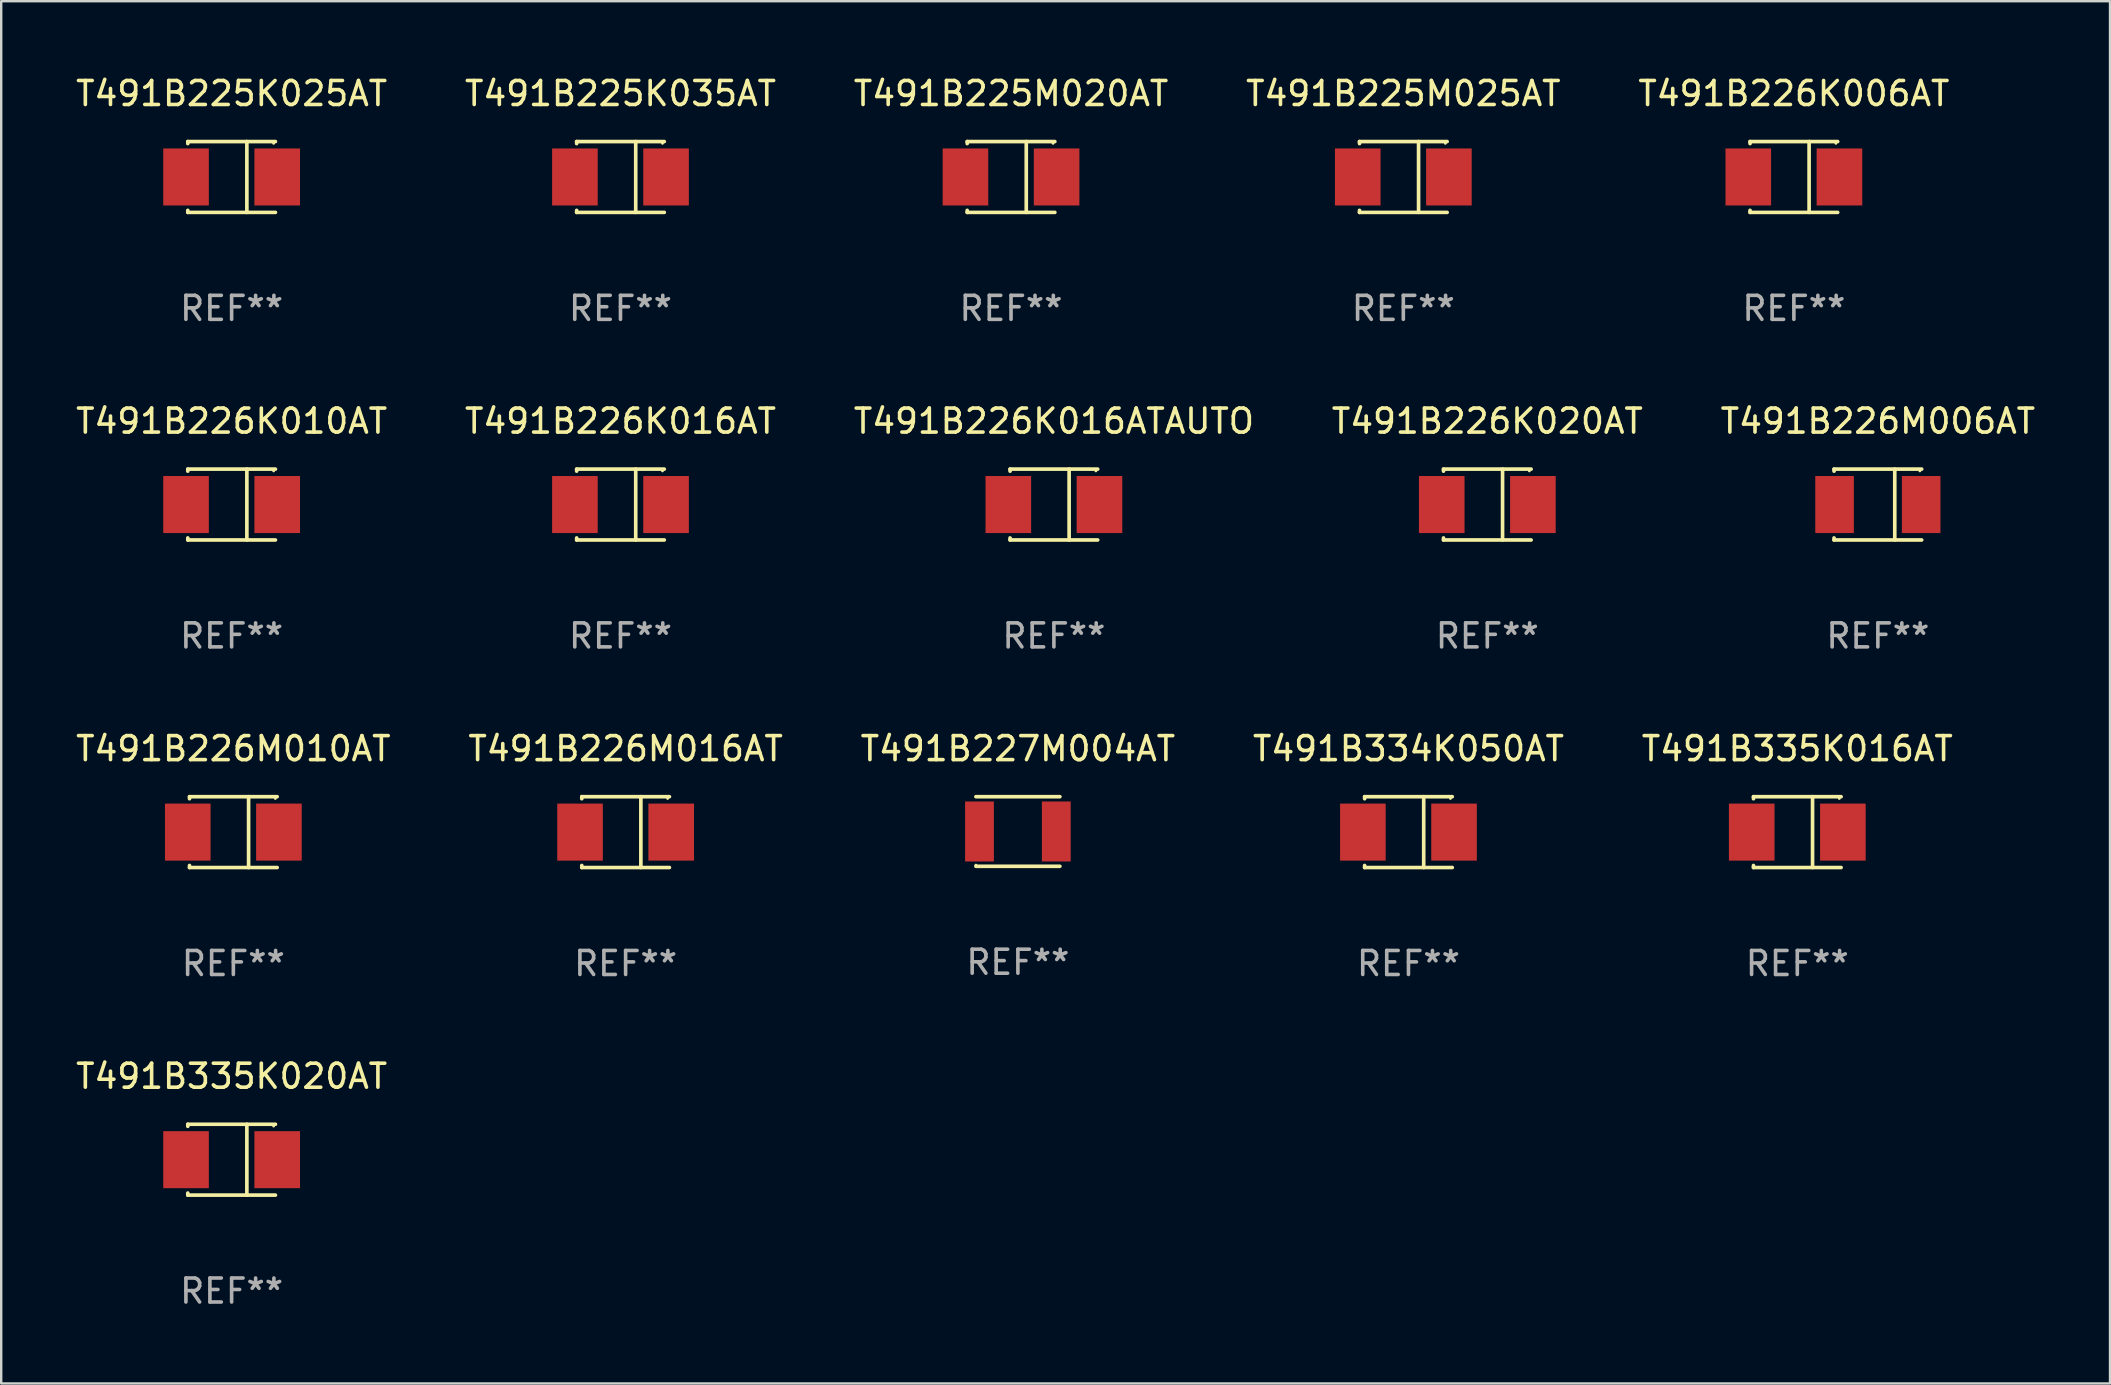
<source format=kicad_pcb>
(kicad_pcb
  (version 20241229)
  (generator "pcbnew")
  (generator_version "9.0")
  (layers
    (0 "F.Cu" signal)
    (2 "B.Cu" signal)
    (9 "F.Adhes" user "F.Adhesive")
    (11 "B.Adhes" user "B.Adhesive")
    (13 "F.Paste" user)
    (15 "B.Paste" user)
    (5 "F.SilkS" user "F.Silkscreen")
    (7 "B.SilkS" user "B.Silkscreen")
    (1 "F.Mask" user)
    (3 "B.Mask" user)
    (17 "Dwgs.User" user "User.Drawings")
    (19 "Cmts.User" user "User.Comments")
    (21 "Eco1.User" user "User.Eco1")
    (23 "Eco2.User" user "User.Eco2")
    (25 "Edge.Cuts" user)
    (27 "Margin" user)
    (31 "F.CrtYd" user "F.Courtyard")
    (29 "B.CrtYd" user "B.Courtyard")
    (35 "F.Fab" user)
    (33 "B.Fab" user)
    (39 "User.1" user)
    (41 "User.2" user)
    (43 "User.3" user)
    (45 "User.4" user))
  (footprint "T491B226K006AT"
    (layer "F.Cu")
    (at 71.696 4.324)
    (property "Reference" "T491B226K006AT" (at 0 -3.476 0) (layer "F.SilkS") (effects (font (size 1 1) (thickness 0.15))))
    (attr through_hole)
    (fp_line (start -1.826 -1.476) (end -1.826 -1.391) (stroke (width 0.152) (type solid)) (layer "F.SilkS"))
    (fp_line (start -1.826 -1.476) (end 1.826 -1.476) (stroke (width 0.152) (type solid)) (layer "F.SilkS"))
    (fp_line (start -1.826 1.476) (end -1.826 1.391) (stroke (width 0.152) (type solid)) (layer "F.SilkS"))
    (fp_line (start -1.826 1.476) (end 1.826 1.476) (stroke (width 0.152) (type solid)) (layer "F.SilkS"))
    (fp_line (start 0.635 -1.476) (end 0.635 1.476) (stroke (width 0.152) (type solid)) (layer "F.SilkS"))
    (fp_circle (center 1.75 -1.4) (end 1.78 -1.4) (stroke (width 0.06) (type solid)) (fill no) (layer "F.SilkS"))
    (fp_text user "REF**" (at 0 5.476 0) (layer "F.Fab") (effects (font (size 1 1) (thickness 0.15))))
    (pad "1" smd rect (at 1.899 0) (size 1.9 2.376) (layers "F.Cu" "F.Mask" "F.Paste"))
    (pad "2" smd rect (at -1.899 0) (size 1.9 2.376) (layers "F.Cu" "F.Mask" "F.Paste")))
  (footprint "T491B226M010AT"
    (layer "F.Cu")
    (at 6.673 31.622)
    (property "Reference" "T491B226M010AT" (at 0 -3.476 0) (layer "F.SilkS") (effects (font (size 1 1) (thickness 0.15))))
    (attr through_hole)
    (fp_line (start -1.826 -1.476) (end -1.826 -1.391) (stroke (width 0.152) (type solid)) (layer "F.SilkS"))
    (fp_line (start -1.826 -1.476) (end 1.826 -1.476) (stroke (width 0.152) (type solid)) (layer "F.SilkS"))
    (fp_line (start -1.826 1.476) (end -1.826 1.391) (stroke (width 0.152) (type solid)) (layer "F.SilkS"))
    (fp_line (start -1.826 1.476) (end 1.826 1.476) (stroke (width 0.152) (type solid)) (layer "F.SilkS"))
    (fp_line (start 0.635 -1.476) (end 0.635 1.476) (stroke (width 0.152) (type solid)) (layer "F.SilkS"))
    (fp_circle (center 1.75 -1.4) (end 1.78 -1.4) (stroke (width 0.06) (type solid)) (fill no) (layer "F.SilkS"))
    (fp_text user "REF**" (at 0 5.476 0) (layer "F.Fab") (effects (font (size 1 1) (thickness 0.15))))
    (pad "1" smd rect (at 1.899 0) (size 1.9 2.376) (layers "F.Cu" "F.Mask" "F.Paste"))
    (pad "2" smd rect (at -1.899 0) (size 1.9 2.376) (layers "F.Cu" "F.Mask" "F.Paste")))
  (footprint "T491B225M020AT"
    (layer "F.Cu")
    (at 39.077 4.324)
    (property "Reference" "T491B225M020AT" (at 0 -3.476 0) (layer "F.SilkS") (effects (font (size 1 1) (thickness 0.15))))
    (attr through_hole)
    (fp_line (start -1.826 -1.476) (end -1.826 -1.391) (stroke (width 0.152) (type solid)) (layer "F.SilkS"))
    (fp_line (start -1.826 -1.476) (end 1.826 -1.476) (stroke (width 0.152) (type solid)) (layer "F.SilkS"))
    (fp_line (start -1.826 1.476) (end -1.826 1.391) (stroke (width 0.152) (type solid)) (layer "F.SilkS"))
    (fp_line (start -1.826 1.476) (end 1.826 1.476) (stroke (width 0.152) (type solid)) (layer "F.SilkS"))
    (fp_line (start 0.635 -1.476) (end 0.635 1.476) (stroke (width 0.152) (type solid)) (layer "F.SilkS"))
    (fp_circle (center 1.75 -1.4) (end 1.78 -1.4) (stroke (width 0.06) (type solid)) (fill no) (layer "F.SilkS"))
    (fp_text user "REF**" (at 0 5.476 0) (layer "F.Fab") (effects (font (size 1 1) (thickness 0.15))))
    (pad "1" smd rect (at 1.899 0) (size 1.9 2.376) (layers "F.Cu" "F.Mask" "F.Paste"))
    (pad "2" smd rect (at -1.899 0) (size 1.9 2.376) (layers "F.Cu" "F.Mask" "F.Paste")))
  (footprint "T491B334K050AT"
    (layer "F.Cu")
    (at 55.637 31.622)
    (property "Reference" "T491B334K050AT" (at 0 -3.476 0) (layer "F.SilkS") (effects (font (size 1 1) (thickness 0.15))))
    (attr through_hole)
    (fp_line (start -1.826 -1.476) (end -1.826 -1.391) (stroke (width 0.152) (type solid)) (layer "F.SilkS"))
    (fp_line (start -1.826 -1.476) (end 1.826 -1.476) (stroke (width 0.152) (type solid)) (layer "F.SilkS"))
    (fp_line (start -1.826 1.476) (end -1.826 1.391) (stroke (width 0.152) (type solid)) (layer "F.SilkS"))
    (fp_line (start -1.826 1.476) (end 1.826 1.476) (stroke (width 0.152) (type solid)) (layer "F.SilkS"))
    (fp_line (start 0.635 -1.476) (end 0.635 1.476) (stroke (width 0.152) (type solid)) (layer "F.SilkS"))
    (fp_circle (center 1.75 -1.4) (end 1.78 -1.4) (stroke (width 0.06) (type solid)) (fill no) (layer "F.SilkS"))
    (fp_text user "REF**" (at 0 5.476 0) (layer "F.Fab") (effects (font (size 1 1) (thickness 0.15))))
    (pad "1" smd rect (at 1.899 0) (size 1.9 2.376) (layers "F.Cu" "F.Mask" "F.Paste"))
    (pad "2" smd rect (at -1.899 0) (size 1.9 2.376) (layers "F.Cu" "F.Mask" "F.Paste")))
  (footprint "T491B226K020AT"
    (layer "F.Cu")
    (at 58.923 17.973)
    (property "Reference" "T491B226K020AT" (at 0 -3.476 0) (layer "F.SilkS") (effects (font (size 1 1) (thickness 0.15))))
    (attr through_hole)
    (fp_line (start -1.826 -1.476) (end -1.826 -1.391) (stroke (width 0.152) (type solid)) (layer "F.SilkS"))
    (fp_line (start -1.826 -1.476) (end 1.826 -1.476) (stroke (width 0.152) (type solid)) (layer "F.SilkS"))
    (fp_line (start -1.826 1.476) (end -1.826 1.391) (stroke (width 0.152) (type solid)) (layer "F.SilkS"))
    (fp_line (start -1.826 1.476) (end 1.826 1.476) (stroke (width 0.152) (type solid)) (layer "F.SilkS"))
    (fp_line (start 0.635 -1.476) (end 0.635 1.476) (stroke (width 0.152) (type solid)) (layer "F.SilkS"))
    (fp_circle (center 1.75 -1.4) (end 1.78 -1.4) (stroke (width 0.06) (type solid)) (fill no) (layer "F.SilkS"))
    (fp_text user "REF**" (at 0 5.476 0) (layer "F.Fab") (effects (font (size 1 1) (thickness 0.15))))
    (pad "1" smd rect (at 1.899 0) (size 1.9 2.376) (layers "F.Cu" "F.Mask" "F.Paste"))
    (pad "2" smd rect (at -1.899 0) (size 1.9 2.376) (layers "F.Cu" "F.Mask" "F.Paste")))
  (footprint "T491B226K016AT"
    (layer "F.Cu")
    (at 22.804 17.973)
    (property "Reference" "T491B226K016AT" (at 0 -3.476 0) (layer "F.SilkS") (effects (font (size 1 1) (thickness 0.15))))
    (attr through_hole)
    (fp_line (start -1.826 -1.476) (end -1.826 -1.391) (stroke (width 0.152) (type solid)) (layer "F.SilkS"))
    (fp_line (start -1.826 -1.476) (end 1.826 -1.476) (stroke (width 0.152) (type solid)) (layer "F.SilkS"))
    (fp_line (start -1.826 1.476) (end -1.826 1.391) (stroke (width 0.152) (type solid)) (layer "F.SilkS"))
    (fp_line (start -1.826 1.476) (end 1.826 1.476) (stroke (width 0.152) (type solid)) (layer "F.SilkS"))
    (fp_line (start 0.635 -1.476) (end 0.635 1.476) (stroke (width 0.152) (type solid)) (layer "F.SilkS"))
    (fp_circle (center 1.75 -1.4) (end 1.78 -1.4) (stroke (width 0.06) (type solid)) (fill no) (layer "F.SilkS"))
    (fp_text user "REF**" (at 0 5.476 0) (layer "F.Fab") (effects (font (size 1 1) (thickness 0.15))))
    (pad "1" smd rect (at 1.899 0) (size 1.9 2.376) (layers "F.Cu" "F.Mask" "F.Paste"))
    (pad "2" smd rect (at -1.899 0) (size 1.9 2.376) (layers "F.Cu" "F.Mask" "F.Paste")))
  (footprint "T491B225K025AT"
    (layer "F.Cu")
    (at 6.601 4.324)
    (property "Reference" "T491B225K025AT" (at 0 -3.476 0) (layer "F.SilkS") (effects (font (size 1 1) (thickness 0.15))))
    (attr through_hole)
    (fp_line (start -1.826 -1.476) (end -1.826 -1.391) (stroke (width 0.152) (type solid)) (layer "F.SilkS"))
    (fp_line (start -1.826 -1.476) (end 1.826 -1.476) (stroke (width 0.152) (type solid)) (layer "F.SilkS"))
    (fp_line (start -1.826 1.476) (end -1.826 1.391) (stroke (width 0.152) (type solid)) (layer "F.SilkS"))
    (fp_line (start -1.826 1.476) (end 1.826 1.476) (stroke (width 0.152) (type solid)) (layer "F.SilkS"))
    (fp_line (start 0.635 -1.476) (end 0.635 1.476) (stroke (width 0.152) (type solid)) (layer "F.SilkS"))
    (fp_circle (center 1.75 -1.4) (end 1.78 -1.4) (stroke (width 0.06) (type solid)) (fill no) (layer "F.SilkS"))
    (fp_text user "REF**" (at 0 5.476 0) (layer "F.Fab") (effects (font (size 1 1) (thickness 0.15))))
    (pad "1" smd rect (at 1.899 0) (size 1.9 2.376) (layers "F.Cu" "F.Mask" "F.Paste"))
    (pad "2" smd rect (at -1.899 0) (size 1.9 2.376) (layers "F.Cu" "F.Mask" "F.Paste")))
  (footprint "T491B335K020AT"
    (layer "F.Cu")
    (at 6.601 45.271)
    (property "Reference" "T491B335K020AT" (at 0 -3.476 0) (layer "F.SilkS") (effects (font (size 1 1) (thickness 0.15))))
    (attr through_hole)
    (fp_line (start -1.826 -1.476) (end -1.826 -1.391) (stroke (width 0.152) (type solid)) (layer "F.SilkS"))
    (fp_line (start -1.826 -1.476) (end 1.826 -1.476) (stroke (width 0.152) (type solid)) (layer "F.SilkS"))
    (fp_line (start -1.826 1.476) (end -1.826 1.391) (stroke (width 0.152) (type solid)) (layer "F.SilkS"))
    (fp_line (start -1.826 1.476) (end 1.826 1.476) (stroke (width 0.152) (type solid)) (layer "F.SilkS"))
    (fp_line (start 0.635 -1.476) (end 0.635 1.476) (stroke (width 0.152) (type solid)) (layer "F.SilkS"))
    (fp_circle (center 1.75 -1.4) (end 1.78 -1.4) (stroke (width 0.06) (type solid)) (fill no) (layer "F.SilkS"))
    (fp_text user "REF**" (at 0 5.476 0) (layer "F.Fab") (effects (font (size 1 1) (thickness 0.15))))
    (pad "1" smd rect (at 1.899 0) (size 1.9 2.376) (layers "F.Cu" "F.Mask" "F.Paste"))
    (pad "2" smd rect (at -1.899 0) (size 1.9 2.376) (layers "F.Cu" "F.Mask" "F.Paste")))
  (footprint "T491B227M004AT"
    (layer "F.Cu")
    (at 39.363 31.596)
    (property "Reference" "T491B227M004AT" (at 0 -3.45 0) (layer "F.SilkS") (effects (font (size 1 1) (thickness 0.15))))
    (attr through_hole)
    (fp_line (start -1.75 1.45) (end 1.75 1.45) (stroke (width 0.152) (type solid)) (layer "F.SilkS"))
    (fp_line (start 1.75 -1.45) (end -1.75 -1.45) (stroke (width 0.152) (type solid)) (layer "F.SilkS"))
    (fp_circle (center -1.75 1.4) (end -1.72 1.4) (stroke (width 0.06) (type solid)) (fill no) (layer "F.SilkS"))
    (fp_text user "REF**" (at 0 5.45 0) (layer "F.Fab") (effects (font (size 1 1) (thickness 0.15))))
    (pad "1" smd rect (at -1.6 0.000025) (size 1.2 2.5) (layers "F.Cu" "F.Mask" "F.Paste"))
    (pad "2" smd rect (at 1.6 0.000025) (size 1.2 2.5) (layers "F.Cu" "F.Mask" "F.Paste")))
  (footprint "T491B225M025AT"
    (layer "F.Cu")
    (at 55.423 4.324)
    (property "Reference" "T491B225M025AT" (at 0 -3.476 0) (layer "F.SilkS") (effects (font (size 1 1) (thickness 0.15))))
    (attr through_hole)
    (fp_line (start -1.826 -1.476) (end -1.826 -1.391) (stroke (width 0.152) (type solid)) (layer "F.SilkS"))
    (fp_line (start -1.826 -1.476) (end 1.826 -1.476) (stroke (width 0.152) (type solid)) (layer "F.SilkS"))
    (fp_line (start -1.826 1.476) (end -1.826 1.391) (stroke (width 0.152) (type solid)) (layer "F.SilkS"))
    (fp_line (start -1.826 1.476) (end 1.826 1.476) (stroke (width 0.152) (type solid)) (layer "F.SilkS"))
    (fp_line (start 0.635 -1.476) (end 0.635 1.476) (stroke (width 0.152) (type solid)) (layer "F.SilkS"))
    (fp_circle (center 1.75 -1.4) (end 1.78 -1.4) (stroke (width 0.06) (type solid)) (fill no) (layer "F.SilkS"))
    (fp_text user "REF**" (at 0 5.476 0) (layer "F.Fab") (effects (font (size 1 1) (thickness 0.15))))
    (pad "1" smd rect (at 1.899 0) (size 1.9 2.376) (layers "F.Cu" "F.Mask" "F.Paste"))
    (pad "2" smd rect (at -1.899 0) (size 1.9 2.376) (layers "F.Cu" "F.Mask" "F.Paste")))
  (footprint "T491B225K035AT"
    (layer "F.Cu")
    (at 22.804 4.324)
    (property "Reference" "T491B225K035AT" (at 0 -3.476 0) (layer "F.SilkS") (effects (font (size 1 1) (thickness 0.15))))
    (attr through_hole)
    (fp_line (start -1.826 -1.476) (end -1.826 -1.391) (stroke (width 0.152) (type solid)) (layer "F.SilkS"))
    (fp_line (start -1.826 -1.476) (end 1.826 -1.476) (stroke (width 0.152) (type solid)) (layer "F.SilkS"))
    (fp_line (start -1.826 1.476) (end -1.826 1.391) (stroke (width 0.152) (type solid)) (layer "F.SilkS"))
    (fp_line (start -1.826 1.476) (end 1.826 1.476) (stroke (width 0.152) (type solid)) (layer "F.SilkS"))
    (fp_line (start 0.635 -1.476) (end 0.635 1.476) (stroke (width 0.152) (type solid)) (layer "F.SilkS"))
    (fp_circle (center 1.75 -1.4) (end 1.78 -1.4) (stroke (width 0.06) (type solid)) (fill no) (layer "F.SilkS"))
    (fp_text user "REF**" (at 0 5.476 0) (layer "F.Fab") (effects (font (size 1 1) (thickness 0.15))))
    (pad "1" smd rect (at 1.899 0) (size 1.9 2.376) (layers "F.Cu" "F.Mask" "F.Paste"))
    (pad "2" smd rect (at -1.899 0) (size 1.9 2.376) (layers "F.Cu" "F.Mask" "F.Paste")))
  (footprint "T491B226M006AT"
    (layer "F.Cu")
    (at 75.196 17.973)
    (property "Reference" "T491B226M006AT" (at 0 -3.476 0) (layer "F.SilkS") (effects (font (size 1 1) (thickness 0.15))))
    (attr through_hole)
    (fp_line (start -1.826 -1.476) (end -1.826 -1.391) (stroke (width 0.152) (type solid)) (layer "F.SilkS"))
    (fp_line (start -1.826 -1.476) (end 1.826 -1.476) (stroke (width 0.152) (type solid)) (layer "F.SilkS"))
    (fp_line (start -1.826 1.476) (end -1.826 1.391) (stroke (width 0.152) (type solid)) (layer "F.SilkS"))
    (fp_line (start -1.826 1.476) (end 1.826 1.476) (stroke (width 0.152) (type solid)) (layer "F.SilkS"))
    (fp_line (start 0.704 -1.476) (end 0.704 1.476) (stroke (width 0.152) (type solid)) (layer "F.SilkS"))
    (fp_circle (center 1.75 -1.4) (end 1.78 -1.4) (stroke (width 0.06) (type solid)) (fill no) (layer "F.SilkS"))
    (fp_text user "REF**" (at 0 5.476 0) (layer "F.Fab") (effects (font (size 1 1) (thickness 0.15))))
    (pad "1" smd rect (at 1.804 0) (size 1.607 2.376) (layers "F.Cu" "F.Mask" "F.Paste"))
    (pad "2" smd rect (at -1.804 0) (size 1.607 2.376) (layers "F.Cu" "F.Mask" "F.Paste")))
  (footprint "T491B335K016AT"
    (layer "F.Cu")
    (at 71.839 31.622)
    (property "Reference" "T491B335K016AT" (at 0 -3.476 0) (layer "F.SilkS") (effects (font (size 1 1) (thickness 0.15))))
    (attr through_hole)
    (fp_line (start -1.826 -1.476) (end -1.826 -1.391) (stroke (width 0.152) (type solid)) (layer "F.SilkS"))
    (fp_line (start -1.826 -1.476) (end 1.826 -1.476) (stroke (width 0.152) (type solid)) (layer "F.SilkS"))
    (fp_line (start -1.826 1.476) (end -1.826 1.391) (stroke (width 0.152) (type solid)) (layer "F.SilkS"))
    (fp_line (start -1.826 1.476) (end 1.826 1.476) (stroke (width 0.152) (type solid)) (layer "F.SilkS"))
    (fp_line (start 0.635 -1.476) (end 0.635 1.476) (stroke (width 0.152) (type solid)) (layer "F.SilkS"))
    (fp_circle (center 1.75 -1.4) (end 1.78 -1.4) (stroke (width 0.06) (type solid)) (fill no) (layer "F.SilkS"))
    (fp_text user "REF**" (at 0 5.476 0) (layer "F.Fab") (effects (font (size 1 1) (thickness 0.15))))
    (pad "1" smd rect (at 1.899 0) (size 1.9 2.376) (layers "F.Cu" "F.Mask" "F.Paste"))
    (pad "2" smd rect (at -1.899 0) (size 1.9 2.376) (layers "F.Cu" "F.Mask" "F.Paste")))
  (footprint "T491B226K010AT"
    (layer "F.Cu")
    (at 6.601 17.973)
    (property "Reference" "T491B226K010AT" (at 0 -3.476 0) (layer "F.SilkS") (effects (font (size 1 1) (thickness 0.15))))
    (attr through_hole)
    (fp_line (start -1.826 -1.476) (end -1.826 -1.391) (stroke (width 0.152) (type solid)) (layer "F.SilkS"))
    (fp_line (start -1.826 -1.476) (end 1.826 -1.476) (stroke (width 0.152) (type solid)) (layer "F.SilkS"))
    (fp_line (start -1.826 1.476) (end -1.826 1.391) (stroke (width 0.152) (type solid)) (layer "F.SilkS"))
    (fp_line (start -1.826 1.476) (end 1.826 1.476) (stroke (width 0.152) (type solid)) (layer "F.SilkS"))
    (fp_line (start 0.635 -1.476) (end 0.635 1.476) (stroke (width 0.152) (type solid)) (layer "F.SilkS"))
    (fp_circle (center 1.75 -1.4) (end 1.78 -1.4) (stroke (width 0.06) (type solid)) (fill no) (layer "F.SilkS"))
    (fp_text user "REF**" (at 0 5.476 0) (layer "F.Fab") (effects (font (size 1 1) (thickness 0.15))))
    (pad "1" smd rect (at 1.899 0) (size 1.9 2.376) (layers "F.Cu" "F.Mask" "F.Paste"))
    (pad "2" smd rect (at -1.899 0) (size 1.9 2.376) (layers "F.Cu" "F.Mask" "F.Paste")))
  (footprint "T491B226K016ATAUTO"
    (layer "F.Cu")
    (at 40.863 17.973)
    (property "Reference" "T491B226K016ATAUTO" (at 0 -3.476 0) (layer "F.SilkS") (effects (font (size 1 1) (thickness 0.15))))
    (attr through_hole)
    (fp_line (start -1.826 -1.476) (end -1.826 -1.391) (stroke (width 0.152) (type solid)) (layer "F.SilkS"))
    (fp_line (start -1.826 -1.476) (end 1.826 -1.476) (stroke (width 0.152) (type solid)) (layer "F.SilkS"))
    (fp_line (start -1.826 1.476) (end -1.826 1.391) (stroke (width 0.152) (type solid)) (layer "F.SilkS"))
    (fp_line (start -1.826 1.476) (end 1.826 1.476) (stroke (width 0.152) (type solid)) (layer "F.SilkS"))
    (fp_line (start 0.635 -1.476) (end 0.635 1.476) (stroke (width 0.152) (type solid)) (layer "F.SilkS"))
    (fp_circle (center 1.75 -1.4) (end 1.78 -1.4) (stroke (width 0.06) (type solid)) (fill no) (layer "F.SilkS"))
    (fp_text user "REF**" (at 0 5.476 0) (layer "F.Fab") (effects (font (size 1 1) (thickness 0.15))))
    (pad "1" smd rect (at 1.899 0) (size 1.9 2.376) (layers "F.Cu" "F.Mask" "F.Paste"))
    (pad "2" smd rect (at -1.899 0) (size 1.9 2.376) (layers "F.Cu" "F.Mask" "F.Paste")))
  (footprint "T491B226M016AT"
    (layer "F.Cu")
    (at 23.018 31.622)
    (property "Reference" "T491B226M016AT" (at 0 -3.476 0) (layer "F.SilkS") (effects (font (size 1 1) (thickness 0.15))))
    (attr through_hole)
    (fp_line (start -1.826 -1.476) (end -1.826 -1.391) (stroke (width 0.152) (type solid)) (layer "F.SilkS"))
    (fp_line (start -1.826 -1.476) (end 1.826 -1.476) (stroke (width 0.152) (type solid)) (layer "F.SilkS"))
    (fp_line (start -1.826 1.476) (end -1.826 1.391) (stroke (width 0.152) (type solid)) (layer "F.SilkS"))
    (fp_line (start -1.826 1.476) (end 1.826 1.476) (stroke (width 0.152) (type solid)) (layer "F.SilkS"))
    (fp_line (start 0.635 -1.476) (end 0.635 1.476) (stroke (width 0.152) (type solid)) (layer "F.SilkS"))
    (fp_circle (center 1.75 -1.4) (end 1.78 -1.4) (stroke (width 0.06) (type solid)) (fill no) (layer "F.SilkS"))
    (fp_text user "REF**" (at 0 5.476 0) (layer "F.Fab") (effects (font (size 1 1) (thickness 0.15))))
    (pad "1" smd rect (at 1.899 0) (size 1.9 2.376) (layers "F.Cu" "F.Mask" "F.Paste"))
    (pad "2" smd rect (at -1.899 0) (size 1.9 2.376) (layers "F.Cu" "F.Mask" "F.Paste")))
  (gr_rect
    (start -3 -3)
    (end 84.869 54.596)
    (stroke (width 0.1) (type default))
    (fill no)
    (layer "Edge.Cuts")))
</source>
